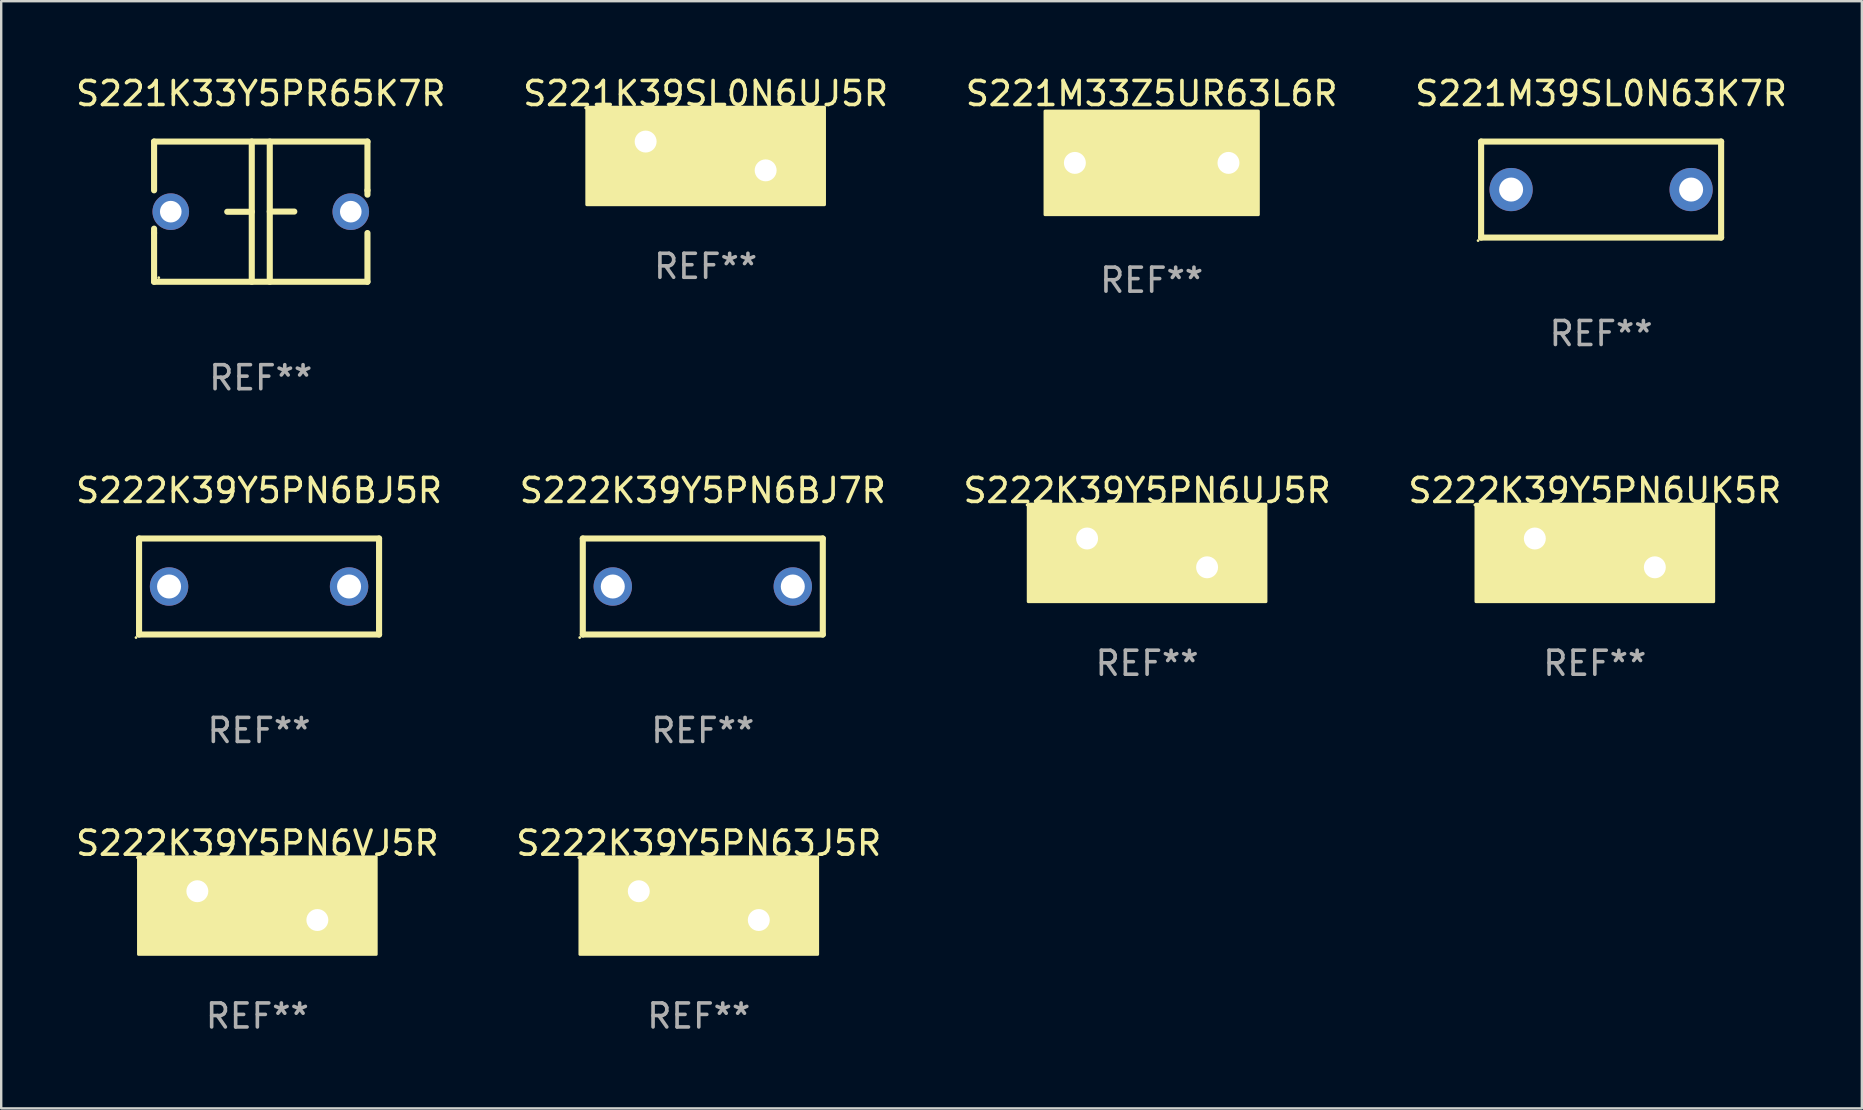
<source format=kicad_pcb>
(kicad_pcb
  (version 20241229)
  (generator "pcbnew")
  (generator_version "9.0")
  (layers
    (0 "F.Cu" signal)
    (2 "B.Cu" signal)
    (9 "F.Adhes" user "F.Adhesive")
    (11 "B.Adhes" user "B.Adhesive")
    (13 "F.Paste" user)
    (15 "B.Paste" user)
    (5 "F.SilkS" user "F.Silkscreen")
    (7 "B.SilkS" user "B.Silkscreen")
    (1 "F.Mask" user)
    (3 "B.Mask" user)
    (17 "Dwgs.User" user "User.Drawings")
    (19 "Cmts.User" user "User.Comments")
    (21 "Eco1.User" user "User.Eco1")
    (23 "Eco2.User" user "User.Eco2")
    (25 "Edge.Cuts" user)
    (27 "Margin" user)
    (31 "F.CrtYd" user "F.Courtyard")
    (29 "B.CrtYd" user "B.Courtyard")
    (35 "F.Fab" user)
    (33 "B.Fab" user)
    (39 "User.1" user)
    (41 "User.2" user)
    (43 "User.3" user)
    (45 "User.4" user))
  (footprint "S222K39Y5PN6UJ5R"
    (layer "F.Cu")
    (at 44.744 19.987)
    (property "Reference" "S222K39Y5PN6UJ5R" (at 0 -2.6 0) (layer "F.SilkS") (effects (font (size 1 1) (thickness 0.15))))
    (attr through_hole)
    (fp_circle (center -5 -2) (end -4.97 -2) (stroke (width 0.06) (type solid)) (fill no) (layer "F.SilkS"))
    (fp_poly (pts (xy -4.953 -2.032) (xy 4.953 -2.032) (xy 4.953 2.032) (xy -4.953 2.032)) (stroke (width 0.12) (type solid)) (fill yes) (layer "F.SilkS"))
    (fp_text user "REF**" (at 0 4.6 0) (layer "F.Fab") (effects (font (size 1 1) (thickness 0.15))))
    (pad "1" thru_hole circle (at -2.5 -0.6) (size 1.524 1.524) (drill 0.914) (layers "*.Cu" "*.Mask"))
    (pad "2" thru_hole circle (at 2.5 0.6) (size 1.524 1.524) (drill 0.914) (layers "*.Cu" "*.Mask")))
  (footprint "S222K39Y5PN63J5R"
    (layer "F.Cu")
    (at 26.065 34.683)
    (property "Reference" "S222K39Y5PN63J5R" (at 0 -2.6 0) (layer "F.SilkS") (effects (font (size 1 1) (thickness 0.15))))
    (attr through_hole)
    (fp_circle (center -5 -2) (end -4.97 -2) (stroke (width 0.06) (type solid)) (fill no) (layer "F.SilkS"))
    (fp_poly (pts (xy -4.953 -2.032) (xy 4.953 -2.032) (xy 4.953 2.032) (xy -4.953 2.032)) (stroke (width 0.12) (type solid)) (fill yes) (layer "F.SilkS"))
    (fp_text user "REF**" (at 0 4.6 0) (layer "F.Fab") (effects (font (size 1 1) (thickness 0.15))))
    (pad "1" thru_hole circle (at -2.5 -0.6) (size 1.524 1.524) (drill 0.914) (layers "*.Cu" "*.Mask"))
    (pad "2" thru_hole circle (at 2.5 0.6) (size 1.524 1.524) (drill 0.914) (layers "*.Cu" "*.Mask")))
  (footprint "S222K39Y5PN6BJ5R"
    (layer "F.Cu")
    (at 7.744 21.387)
    (property "Reference" "S222K39Y5PN6BJ5R" (at 0 -4 0) (layer "F.SilkS") (effects (font (size 1 1) (thickness 0.15))))
    (attr through_hole)
    (fp_line (start -5 -2) (end 5 -2) (stroke (width 0.254) (type solid)) (layer "F.SilkS"))
    (fp_line (start -5 2) (end -5 -2) (stroke (width 0.254) (type solid)) (layer "F.SilkS"))
    (fp_line (start 5 -2) (end 5 2) (stroke (width 0.254) (type solid)) (layer "F.SilkS"))
    (fp_line (start 5 2) (end -5 2) (stroke (width 0.254) (type solid)) (layer "F.SilkS"))
    (fp_circle (center -5.127 2.127) (end -5.097 2.127) (stroke (width 0.06) (type solid)) (fill no) (layer "F.SilkS"))
    (fp_text user "REF**" (at 0 6 0) (layer "F.Fab") (effects (font (size 1 1) (thickness 0.15))))
    (pad "1" thru_hole circle (at -3.75 0) (size 1.6 1.6) (drill 1) (layers "*.Cu" "*.Mask"))
    (pad "2" thru_hole circle (at 3.75 0) (size 1.6 1.6) (drill 1) (layers "*.Cu" "*.Mask")))
  (footprint "S221K33Y5PR65K7R"
    (layer "F.Cu")
    (at 7.815 5.769)
    (property "Reference" "S221K33Y5PR65K7R" (at 0 -4.921 0) (layer "F.SilkS") (effects (font (size 1 1) (thickness 0.15))))
    (attr through_hole)
    (fp_line (start -4.445 -2.921) (end 4.445 -2.921) (stroke (width 0.254) (type solid)) (layer "F.SilkS"))
    (fp_line (start -4.445 -0.889) (end -4.445 -2.921) (stroke (width 0.254) (type solid)) (layer "F.SilkS"))
    (fp_line (start -4.445 0.889) (end -4.445 0.708) (stroke (width 0.254) (type solid)) (layer "F.SilkS"))
    (fp_line (start -4.445 2.921) (end -4.445 0.889) (stroke (width 0.254) (type solid)) (layer "F.SilkS"))
    (fp_line (start -0.375 0.004) (end -1.397 0.004) (stroke (width 0.254) (type solid)) (layer "F.SilkS"))
    (fp_line (start -0.375 2.921) (end -0.375 -2.921) (stroke (width 0.254) (type solid)) (layer "F.SilkS"))
    (fp_line (start 0.375 -2.921) (end 0.375 2.921) (stroke (width 0.254) (type solid)) (layer "F.SilkS"))
    (fp_line (start 0.375 -0.004) (end 1.397 -0.004) (stroke (width 0.254) (type solid)) (layer "F.SilkS"))
    (fp_line (start 4.445 -2.921) (end 4.445 -0.889) (stroke (width 0.254) (type solid)) (layer "F.SilkS"))
    (fp_line (start 4.445 -0.889) (end 4.445 -0.708) (stroke (width 0.254) (type solid)) (layer "F.SilkS"))
    (fp_line (start 4.445 0.889) (end 4.445 2.921) (stroke (width 0.254) (type solid)) (layer "F.SilkS"))
    (fp_line (start 4.445 2.921) (end -4.445 2.921) (stroke (width 0.254) (type solid)) (layer "F.SilkS"))
    (fp_circle (center -4.25 2.75) (end -4.22 2.75) (stroke (width 0.06) (type solid)) (fill no) (layer "F.SilkS"))
    (fp_text user "REF**" (at 0 6.921 0) (layer "F.Fab") (effects (font (size 1 1) (thickness 0.15))))
    (pad "1" thru_hole circle (at -3.75 0) (size 1.524 1.524) (drill 0.9) (layers "*.Cu" "*.Mask"))
    (pad "2" thru_hole circle (at 3.75 0) (size 1.524 1.524) (drill 0.9) (layers "*.Cu" "*.Mask")))
  (footprint "S221M33Z5UR63L6R"
    (layer "F.Cu")
    (at 44.935 3.737)
    (property "Reference" "S221M33Z5UR63L6R" (at 0 -2.889 0) (layer "F.SilkS") (effects (font (size 1 1) (thickness 0.15))))
    (attr through_hole)
    (fp_line (start -0.508 0) (end -1.397 0) (stroke (width 0.254) (type solid)) (layer "F.SilkS"))
    (fp_line (start -0.508 0.889) (end -0.508 -0.889) (stroke (width 0.254) (type solid)) (layer "F.SilkS"))
    (fp_line (start 0.508 -0.889) (end 0.508 0.889) (stroke (width 0.254) (type solid)) (layer "F.SilkS"))
    (fp_line (start 0.508 0) (end 1.397 0) (stroke (width 0.254) (type solid)) (layer "F.SilkS"))
    (fp_circle (center -4.25 2) (end -4.22 2) (stroke (width 0.06) (type solid)) (fill no) (layer "F.SilkS"))
    (fp_poly (pts (xy -4.445 -2.159) (xy 4.445 -2.159) (xy 4.445 2.159) (xy -4.445 2.159)) (stroke (width 0.12) (type solid)) (fill yes) (layer "F.SilkS"))
    (fp_text user "REF**" (at 0 4.889 0) (layer "F.Fab") (effects (font (size 1 1) (thickness 0.15))))
    (pad "1" thru_hole circle (at -3.2 0) (size 1.524 1.524) (drill 0.914) (layers "*.Cu" "*.Mask"))
    (pad "2" thru_hole circle (at 3.2 0) (size 1.524 1.524) (drill 0.914) (layers "*.Cu" "*.Mask")))
  (footprint "S221M39SL0N63K7R"
    (layer "F.Cu")
    (at 63.661 4.848)
    (property "Reference" "S221M39SL0N63K7R" (at 0 -4 0) (layer "F.SilkS") (effects (font (size 1 1) (thickness 0.15))))
    (attr through_hole)
    (fp_line (start -5 -2) (end 5 -2) (stroke (width 0.254) (type solid)) (layer "F.SilkS"))
    (fp_line (start -5 2) (end -5 -2) (stroke (width 0.254) (type solid)) (layer "F.SilkS"))
    (fp_line (start 5 -2) (end 5 2) (stroke (width 0.254) (type solid)) (layer "F.SilkS"))
    (fp_line (start 5 2) (end -5 2) (stroke (width 0.254) (type solid)) (layer "F.SilkS"))
    (fp_circle (center -5.127 2.127) (end -5.097 2.127) (stroke (width 0.06) (type solid)) (fill no) (layer "F.SilkS"))
    (fp_text user "REF**" (at 0 6 0) (layer "F.Fab") (effects (font (size 1 1) (thickness 0.15))))
    (pad "1" thru_hole circle (at -3.75 0) (size 1.8 1.8) (drill 1) (layers "*.Cu" "*.Mask"))
    (pad "2" thru_hole circle (at 3.75 0) (size 1.8 1.8) (drill 1) (layers "*.Cu" "*.Mask")))
  (footprint "S222K39Y5PN6BJ7R"
    (layer "F.Cu")
    (at 26.232 21.387)
    (property "Reference" "S222K39Y5PN6BJ7R" (at 0 -4 0) (layer "F.SilkS") (effects (font (size 1 1) (thickness 0.15))))
    (attr through_hole)
    (fp_line (start -5 -2) (end 5 -2) (stroke (width 0.254) (type solid)) (layer "F.SilkS"))
    (fp_line (start -5 2) (end -5 -2) (stroke (width 0.254) (type solid)) (layer "F.SilkS"))
    (fp_line (start 5 -2) (end 5 2) (stroke (width 0.254) (type solid)) (layer "F.SilkS"))
    (fp_line (start 5 2) (end -5 2) (stroke (width 0.254) (type solid)) (layer "F.SilkS"))
    (fp_circle (center -5.127 2.127) (end -5.097 2.127) (stroke (width 0.06) (type solid)) (fill no) (layer "F.SilkS"))
    (fp_text user "REF**" (at 0 6 0) (layer "F.Fab") (effects (font (size 1 1) (thickness 0.15))))
    (pad "1" thru_hole circle (at -3.75 0) (size 1.6 1.6) (drill 1) (layers "*.Cu" "*.Mask"))
    (pad "2" thru_hole circle (at 3.75 0) (size 1.6 1.6) (drill 1) (layers "*.Cu" "*.Mask")))
  (footprint "S221K39SL0N6UJ5R"
    (layer "F.Cu")
    (at 26.351 3.448)
    (property "Reference" "S221K39SL0N6UJ5R" (at 0 -2.6 0) (layer "F.SilkS") (effects (font (size 1 1) (thickness 0.15))))
    (attr through_hole)
    (fp_circle (center -5 -2) (end -4.97 -2) (stroke (width 0.06) (type solid)) (fill no) (layer "F.SilkS"))
    (fp_poly (pts (xy -4.953 -2.032) (xy 4.953 -2.032) (xy 4.953 2.032) (xy -4.953 2.032)) (stroke (width 0.12) (type solid)) (fill yes) (layer "F.SilkS"))
    (fp_text user "REF**" (at 0 4.6 0) (layer "F.Fab") (effects (font (size 1 1) (thickness 0.15))))
    (pad "1" thru_hole circle (at -2.5 -0.6) (size 1.524 1.524) (drill 0.914) (layers "*.Cu" "*.Mask"))
    (pad "2" thru_hole circle (at 2.5 0.6) (size 1.524 1.524) (drill 0.914) (layers "*.Cu" "*.Mask")))
  (footprint "S222K39Y5PN6VJ5R"
    (layer "F.Cu")
    (at 7.673 34.683)
    (property "Reference" "S222K39Y5PN6VJ5R" (at 0 -2.6 0) (layer "F.SilkS") (effects (font (size 1 1) (thickness 0.15))))
    (attr through_hole)
    (fp_circle (center -5 -2) (end -4.97 -2) (stroke (width 0.06) (type solid)) (fill no) (layer "F.SilkS"))
    (fp_poly (pts (xy -4.953 -2.032) (xy 4.953 -2.032) (xy 4.953 2.032) (xy -4.953 2.032)) (stroke (width 0.12) (type solid)) (fill yes) (layer "F.SilkS"))
    (fp_text user "REF**" (at 0 4.6 0) (layer "F.Fab") (effects (font (size 1 1) (thickness 0.15))))
    (pad "1" thru_hole circle (at -2.5 -0.6) (size 1.524 1.524) (drill 0.914) (layers "*.Cu" "*.Mask"))
    (pad "2" thru_hole circle (at 2.5 0.6) (size 1.524 1.524) (drill 0.914) (layers "*.Cu" "*.Mask")))
  (footprint "S222K39Y5PN6UK5R"
    (layer "F.Cu")
    (at 63.399 19.987)
    (property "Reference" "S222K39Y5PN6UK5R" (at 0 -2.6 0) (layer "F.SilkS") (effects (font (size 1 1) (thickness 0.15))))
    (attr through_hole)
    (fp_circle (center -5 -2) (end -4.97 -2) (stroke (width 0.06) (type solid)) (fill no) (layer "F.SilkS"))
    (fp_poly (pts (xy -4.953 -2.032) (xy 4.953 -2.032) (xy 4.953 2.032) (xy -4.953 2.032)) (stroke (width 0.12) (type solid)) (fill yes) (layer "F.SilkS"))
    (fp_text user "REF**" (at 0 4.6 0) (layer "F.Fab") (effects (font (size 1 1) (thickness 0.15))))
    (pad "1" thru_hole circle (at -2.5 -0.6) (size 1.524 1.524) (drill 0.914) (layers "*.Cu" "*.Mask"))
    (pad "2" thru_hole circle (at 2.5 0.6) (size 1.524 1.524) (drill 0.914) (layers "*.Cu" "*.Mask")))
  (gr_rect
    (start -3 -3)
    (end 74.524 43.131)
    (stroke (width 0.1) (type default))
    (fill no)
    (layer "Edge.Cuts")))
</source>
